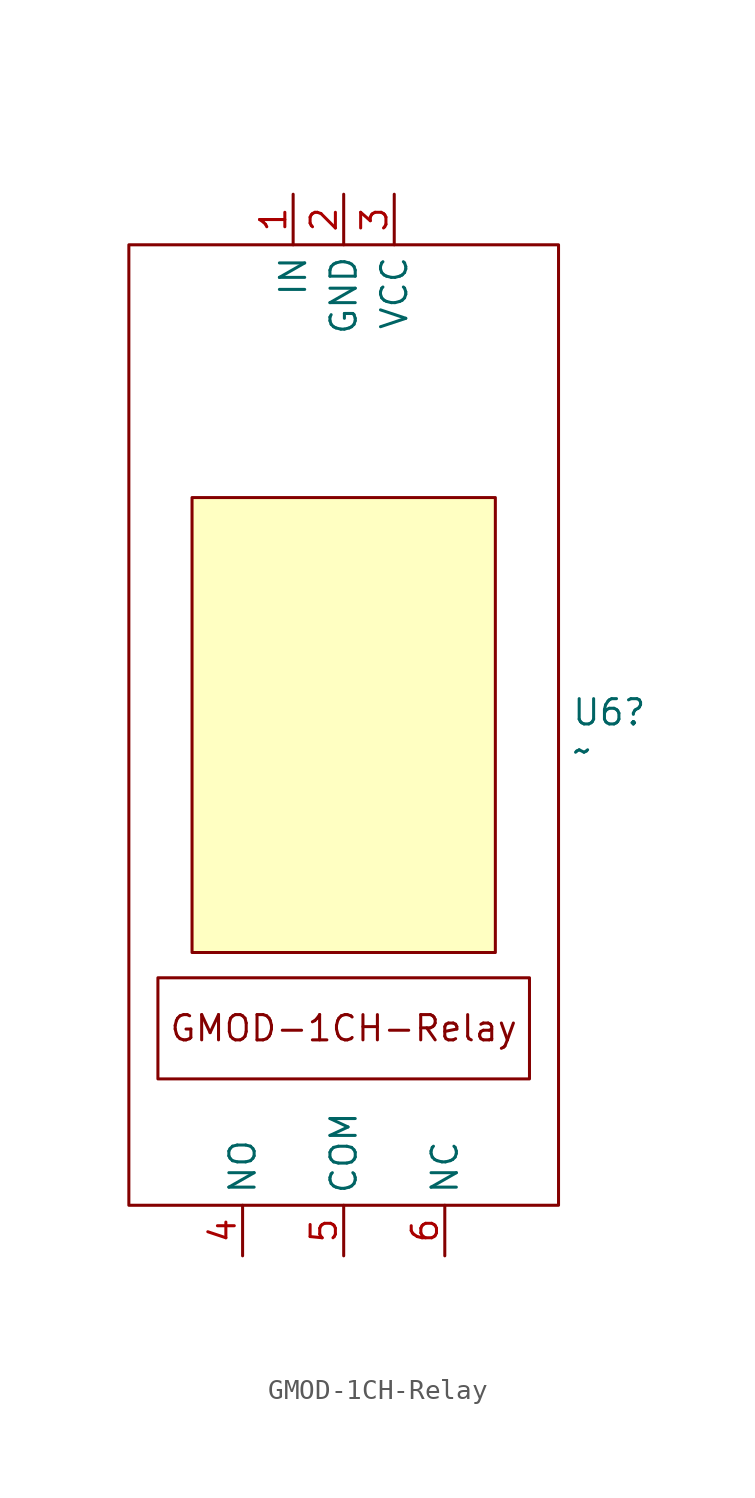
<source format=kicad_sym>
(kicad_symbol_lib
  (version 20241209)
  (generator "kicad_symbol_editor")
  (generator_version "9.0")
  (symbol "GMOD-1CH-Relay"
    (property "Reference" "U6"
      (at 11.43 0.635 0)
      (effects (font (size 1.27 1.27)) (justify left)))
    (property "Value" "~"
      (at 11.43 -1.27 0)
      (effects (font (size 1.27 1.27)) (justify left)))
    (symbol "GMOD-1CH-Relay_0_1"
      (rectangle (start -10.795 24.13) (end 10.795 -24.13) (stroke (width 0) (type default)) (fill (type none))))
    (symbol "GMOD-1CH-Relay_1_1"
      (rectangle (start -9.335 -12.7) (end 9.335 -17.78) (stroke (width 0) (type default)) (fill (type none)))
      (rectangle (start -7.62 11.43) (end 7.62 -11.43) (stroke (width 0) (type solid)) (fill (type background)))
      (text "GMOD-1CH-Relay" (at 0 -15.24 0) (effects (font (size 1.27 1.27))))
      (pin bidirectional line (at -5.08 -26.67 90) (length 2.54) (name "NO" (effects (font (size 1.27 1.27)))) (number "4" (effects (font (size 1.27 1.27)))))
      (pin bidirectional line (at -2.54 26.67 270) (length 2.54) (name "IN" (effects (font (size 1.27 1.27)))) (number "1" (effects (font (size 1.27 1.27)))))
      (pin power_in line (at 0 26.67 270) (length 2.54) (name "GND" (effects (font (size 1.27 1.27)))) (number "2" (effects (font (size 1.27 1.27)))))
      (pin bidirectional line (at 0 -26.67 90) (length 2.54) (name "COM" (effects (font (size 1.27 1.27)))) (number "5" (effects (font (size 1.27 1.27)))))
      (pin power_in line (at 2.54 26.67 270) (length 2.54) (name "VCC" (effects (font (size 1.27 1.27)))) (number "3" (effects (font (size 1.27 1.27)))))
      (pin bidirectional line (at 5.08 -26.67 90) (length 2.54) (name "NC" (effects (font (size 1.27 1.27)))) (number "6" (effects (font (size 1.27 1.27))))))))
</source>
